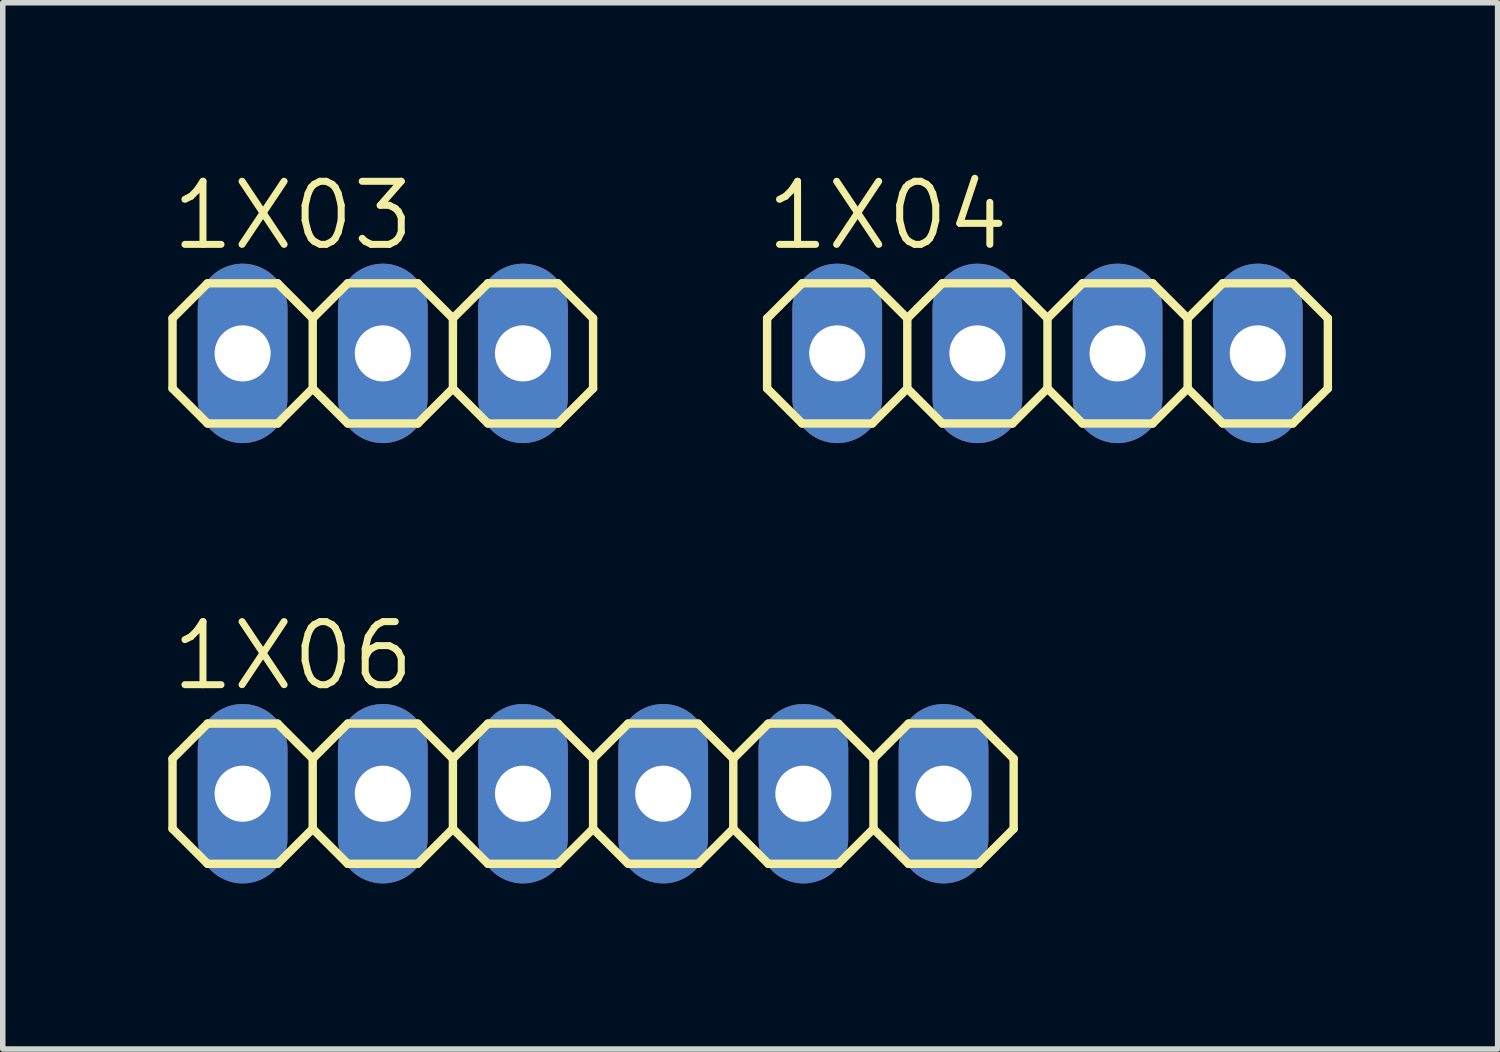
<source format=kicad_pcb>
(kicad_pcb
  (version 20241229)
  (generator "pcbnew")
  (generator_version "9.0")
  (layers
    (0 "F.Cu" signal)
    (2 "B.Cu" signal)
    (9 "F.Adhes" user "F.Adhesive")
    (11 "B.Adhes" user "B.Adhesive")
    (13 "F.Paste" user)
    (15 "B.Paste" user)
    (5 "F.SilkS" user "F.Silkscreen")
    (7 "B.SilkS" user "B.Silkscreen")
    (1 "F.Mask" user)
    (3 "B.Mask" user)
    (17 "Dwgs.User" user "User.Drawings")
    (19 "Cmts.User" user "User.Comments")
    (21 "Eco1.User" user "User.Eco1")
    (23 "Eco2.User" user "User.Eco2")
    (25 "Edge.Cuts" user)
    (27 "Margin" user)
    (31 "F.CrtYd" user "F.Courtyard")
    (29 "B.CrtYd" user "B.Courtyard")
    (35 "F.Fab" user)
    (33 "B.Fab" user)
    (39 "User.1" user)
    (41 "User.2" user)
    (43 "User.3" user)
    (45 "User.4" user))
  (footprint "1X06"
    (layer "F.Cu")
    (at 7.696 11.331)
    (property "Reference" "1X06" (at -7.696 -1.829 0) (layer "F.SilkS") (effects (font (size 1.143 1.143) (thickness 0.127)) (justify left bottom)))
    (fp_line (start -7.62 -0.635) (end -7.62 0.635) (stroke (width 0.152) (type solid)) (layer "F.SilkS"))
    (fp_line (start -7.62 0.635) (end -6.985 1.27) (stroke (width 0.152) (type solid)) (layer "F.SilkS"))
    (fp_line (start -6.985 -1.27) (end -7.62 -0.635) (stroke (width 0.152) (type solid)) (layer "F.SilkS"))
    (fp_line (start -6.985 -1.27) (end -5.715 -1.27) (stroke (width 0.152) (type solid)) (layer "F.SilkS"))
    (fp_line (start -5.715 -1.27) (end -5.08 -0.635) (stroke (width 0.152) (type solid)) (layer "F.SilkS"))
    (fp_line (start -5.715 1.27) (end -6.985 1.27) (stroke (width 0.152) (type solid)) (layer "F.SilkS"))
    (fp_line (start -5.08 -0.635) (end -5.08 0.635) (stroke (width 0.152) (type solid)) (layer "F.SilkS"))
    (fp_line (start -5.08 -0.635) (end -4.445 -1.27) (stroke (width 0.152) (type solid)) (layer "F.SilkS"))
    (fp_line (start -5.08 0.635) (end -5.715 1.27) (stroke (width 0.152) (type solid)) (layer "F.SilkS"))
    (fp_line (start -4.445 -1.27) (end -3.175 -1.27) (stroke (width 0.152) (type solid)) (layer "F.SilkS"))
    (fp_line (start -4.445 1.27) (end -5.08 0.635) (stroke (width 0.152) (type solid)) (layer "F.SilkS"))
    (fp_line (start -3.175 -1.27) (end -2.54 -0.635) (stroke (width 0.152) (type solid)) (layer "F.SilkS"))
    (fp_line (start -3.175 1.27) (end -4.445 1.27) (stroke (width 0.152) (type solid)) (layer "F.SilkS"))
    (fp_line (start -2.54 -0.635) (end -2.54 0.635) (stroke (width 0.152) (type solid)) (layer "F.SilkS"))
    (fp_line (start -2.54 -0.635) (end -1.905 -1.27) (stroke (width 0.152) (type solid)) (layer "F.SilkS"))
    (fp_line (start -2.54 0.635) (end -3.175 1.27) (stroke (width 0.152) (type solid)) (layer "F.SilkS"))
    (fp_line (start -1.905 -1.27) (end -0.635 -1.27) (stroke (width 0.152) (type solid)) (layer "F.SilkS"))
    (fp_line (start -1.905 1.27) (end -2.54 0.635) (stroke (width 0.152) (type solid)) (layer "F.SilkS"))
    (fp_line (start -0.635 -1.27) (end 0 -0.635) (stroke (width 0.152) (type solid)) (layer "F.SilkS"))
    (fp_line (start -0.635 1.27) (end -1.905 1.27) (stroke (width 0.152) (type solid)) (layer "F.SilkS"))
    (fp_line (start 0 -0.635) (end 0 0.635) (stroke (width 0.152) (type solid)) (layer "F.SilkS"))
    (fp_line (start 0 0.635) (end -0.635 1.27) (stroke (width 0.152) (type solid)) (layer "F.SilkS"))
    (fp_line (start 0 0.635) (end 0.635 1.27) (stroke (width 0.152) (type solid)) (layer "F.SilkS"))
    (fp_line (start 0.635 -1.27) (end 0 -0.635) (stroke (width 0.152) (type solid)) (layer "F.SilkS"))
    (fp_line (start 0.635 -1.27) (end 1.905 -1.27) (stroke (width 0.152) (type solid)) (layer "F.SilkS"))
    (fp_line (start 1.905 -1.27) (end 2.54 -0.635) (stroke (width 0.152) (type solid)) (layer "F.SilkS"))
    (fp_line (start 1.905 1.27) (end 0.635 1.27) (stroke (width 0.152) (type solid)) (layer "F.SilkS"))
    (fp_line (start 2.54 -0.635) (end 2.54 0.635) (stroke (width 0.152) (type solid)) (layer "F.SilkS"))
    (fp_line (start 2.54 -0.635) (end 3.175 -1.27) (stroke (width 0.152) (type solid)) (layer "F.SilkS"))
    (fp_line (start 2.54 0.635) (end 1.905 1.27) (stroke (width 0.152) (type solid)) (layer "F.SilkS"))
    (fp_line (start 3.175 -1.27) (end 4.445 -1.27) (stroke (width 0.152) (type solid)) (layer "F.SilkS"))
    (fp_line (start 3.175 1.27) (end 2.54 0.635) (stroke (width 0.152) (type solid)) (layer "F.SilkS"))
    (fp_line (start 4.445 -1.27) (end 5.08 -0.635) (stroke (width 0.152) (type solid)) (layer "F.SilkS"))
    (fp_line (start 4.445 1.27) (end 3.175 1.27) (stroke (width 0.152) (type solid)) (layer "F.SilkS"))
    (fp_line (start 5.08 -0.635) (end 5.08 0.635) (stroke (width 0.152) (type solid)) (layer "F.SilkS"))
    (fp_line (start 5.08 0.635) (end 4.445 1.27) (stroke (width 0.152) (type solid)) (layer "F.SilkS"))
    (fp_line (start 5.08 0.635) (end 5.715 1.27) (stroke (width 0.152) (type solid)) (layer "F.SilkS"))
    (fp_line (start 5.715 -1.27) (end 5.08 -0.635) (stroke (width 0.152) (type solid)) (layer "F.SilkS"))
    (fp_line (start 5.715 -1.27) (end 6.985 -1.27) (stroke (width 0.152) (type solid)) (layer "F.SilkS"))
    (fp_line (start 6.985 -1.27) (end 7.62 -0.635) (stroke (width 0.152) (type solid)) (layer "F.SilkS"))
    (fp_line (start 6.985 1.27) (end 5.715 1.27) (stroke (width 0.152) (type solid)) (layer "F.SilkS"))
    (fp_line (start 7.62 -0.635) (end 7.62 0.635) (stroke (width 0.152) (type solid)) (layer "F.SilkS"))
    (fp_line (start 7.62 0.635) (end 6.985 1.27) (stroke (width 0.152) (type solid)) (layer "F.SilkS"))
    (fp_poly (pts (xy -6.604 0.254) (xy -6.096 0.254) (xy -6.096 -0.254) (xy -6.604 -0.254)) (stroke (width 0.1) (type default)) (fill no) (layer "F.Fab"))
    (fp_poly (pts (xy -4.064 0.254) (xy -3.556 0.254) (xy -3.556 -0.254) (xy -4.064 -0.254)) (stroke (width 0.1) (type default)) (fill no) (layer "F.Fab"))
    (fp_poly (pts (xy -1.524 0.254) (xy -1.016 0.254) (xy -1.016 -0.254) (xy -1.524 -0.254)) (stroke (width 0.1) (type default)) (fill no) (layer "F.Fab"))
    (fp_poly (pts (xy 1.016 0.254) (xy 1.524 0.254) (xy 1.524 -0.254) (xy 1.016 -0.254)) (stroke (width 0.1) (type default)) (fill no) (layer "F.Fab"))
    (fp_poly (pts (xy 3.556 0.254) (xy 4.064 0.254) (xy 4.064 -0.254) (xy 3.556 -0.254)) (stroke (width 0.1) (type default)) (fill no) (layer "F.Fab"))
    (fp_poly (pts (xy 6.096 0.254) (xy 6.604 0.254) (xy 6.604 -0.254) (xy 6.096 -0.254)) (stroke (width 0.1) (type default)) (fill no) (layer "F.Fab"))
    (pad "1" thru_hole oval (at -6.35 0 90) (size 3.251 1.626) (drill 1.016) (layers "*.Cu" "*.Mask"))
    (pad "2" thru_hole oval (at -3.81 0 90) (size 3.251 1.626) (drill 1.016) (layers "*.Cu" "*.Mask"))
    (pad "3" thru_hole oval (at -1.27 0 90) (size 3.251 1.626) (drill 1.016) (layers "*.Cu" "*.Mask"))
    (pad "4" thru_hole oval (at 1.27 0 90) (size 3.251 1.626) (drill 1.016) (layers "*.Cu" "*.Mask"))
    (pad "5" thru_hole oval (at 3.81 0 90) (size 3.251 1.626) (drill 1.016) (layers "*.Cu" "*.Mask"))
    (pad "6" thru_hole oval (at 6.35 0 90) (size 3.251 1.626) (drill 1.016) (layers "*.Cu" "*.Mask")))
  (footprint "1X04"
    (layer "F.Cu")
    (at 15.929 3.353)
    (property "Reference" "1X04" (at -5.156 -1.829 0) (layer "F.SilkS") (effects (font (size 1.143 1.143) (thickness 0.127)) (justify left bottom)))
    (fp_line (start -5.08 -0.635) (end -5.08 0.635) (stroke (width 0.152) (type solid)) (layer "F.SilkS"))
    (fp_line (start -5.08 0.635) (end -4.445 1.27) (stroke (width 0.152) (type solid)) (layer "F.SilkS"))
    (fp_line (start -4.445 -1.27) (end -5.08 -0.635) (stroke (width 0.152) (type solid)) (layer "F.SilkS"))
    (fp_line (start -4.445 -1.27) (end -3.175 -1.27) (stroke (width 0.152) (type solid)) (layer "F.SilkS"))
    (fp_line (start -3.175 -1.27) (end -2.54 -0.635) (stroke (width 0.152) (type solid)) (layer "F.SilkS"))
    (fp_line (start -3.175 1.27) (end -4.445 1.27) (stroke (width 0.152) (type solid)) (layer "F.SilkS"))
    (fp_line (start -2.54 -0.635) (end -2.54 0.635) (stroke (width 0.152) (type solid)) (layer "F.SilkS"))
    (fp_line (start -2.54 -0.635) (end -1.905 -1.27) (stroke (width 0.152) (type solid)) (layer "F.SilkS"))
    (fp_line (start -2.54 0.635) (end -3.175 1.27) (stroke (width 0.152) (type solid)) (layer "F.SilkS"))
    (fp_line (start -1.905 -1.27) (end -0.635 -1.27) (stroke (width 0.152) (type solid)) (layer "F.SilkS"))
    (fp_line (start -1.905 1.27) (end -2.54 0.635) (stroke (width 0.152) (type solid)) (layer "F.SilkS"))
    (fp_line (start -0.635 -1.27) (end 0 -0.635) (stroke (width 0.152) (type solid)) (layer "F.SilkS"))
    (fp_line (start -0.635 1.27) (end -1.905 1.27) (stroke (width 0.152) (type solid)) (layer "F.SilkS"))
    (fp_line (start 0 -0.635) (end 0 0.635) (stroke (width 0.152) (type solid)) (layer "F.SilkS"))
    (fp_line (start 0 -0.635) (end 0.635 -1.27) (stroke (width 0.152) (type solid)) (layer "F.SilkS"))
    (fp_line (start 0 0.635) (end -0.635 1.27) (stroke (width 0.152) (type solid)) (layer "F.SilkS"))
    (fp_line (start 0.635 -1.27) (end 1.905 -1.27) (stroke (width 0.152) (type solid)) (layer "F.SilkS"))
    (fp_line (start 0.635 1.27) (end 0 0.635) (stroke (width 0.152) (type solid)) (layer "F.SilkS"))
    (fp_line (start 1.905 -1.27) (end 2.54 -0.635) (stroke (width 0.152) (type solid)) (layer "F.SilkS"))
    (fp_line (start 1.905 1.27) (end 0.635 1.27) (stroke (width 0.152) (type solid)) (layer "F.SilkS"))
    (fp_line (start 2.54 -0.635) (end 2.54 0.635) (stroke (width 0.152) (type solid)) (layer "F.SilkS"))
    (fp_line (start 2.54 0.635) (end 1.905 1.27) (stroke (width 0.152) (type solid)) (layer "F.SilkS"))
    (fp_line (start 2.54 0.635) (end 3.175 1.27) (stroke (width 0.152) (type solid)) (layer "F.SilkS"))
    (fp_line (start 3.175 -1.27) (end 2.54 -0.635) (stroke (width 0.152) (type solid)) (layer "F.SilkS"))
    (fp_line (start 3.175 -1.27) (end 4.445 -1.27) (stroke (width 0.152) (type solid)) (layer "F.SilkS"))
    (fp_line (start 4.445 -1.27) (end 5.08 -0.635) (stroke (width 0.152) (type solid)) (layer "F.SilkS"))
    (fp_line (start 4.445 1.27) (end 3.175 1.27) (stroke (width 0.152) (type solid)) (layer "F.SilkS"))
    (fp_line (start 5.08 -0.635) (end 5.08 0.635) (stroke (width 0.152) (type solid)) (layer "F.SilkS"))
    (fp_line (start 5.08 0.635) (end 4.445 1.27) (stroke (width 0.152) (type solid)) (layer "F.SilkS"))
    (fp_poly (pts (xy -4.064 0.254) (xy -3.556 0.254) (xy -3.556 -0.254) (xy -4.064 -0.254)) (stroke (width 0.1) (type default)) (fill no) (layer "F.Fab"))
    (fp_poly (pts (xy -1.524 0.254) (xy -1.016 0.254) (xy -1.016 -0.254) (xy -1.524 -0.254)) (stroke (width 0.1) (type default)) (fill no) (layer "F.Fab"))
    (fp_poly (pts (xy 1.016 0.254) (xy 1.524 0.254) (xy 1.524 -0.254) (xy 1.016 -0.254)) (stroke (width 0.1) (type default)) (fill no) (layer "F.Fab"))
    (fp_poly (pts (xy 3.556 0.254) (xy 4.064 0.254) (xy 4.064 -0.254) (xy 3.556 -0.254)) (stroke (width 0.1) (type default)) (fill no) (layer "F.Fab"))
    (pad "1" thru_hole oval (at -3.81 0 90) (size 3.251 1.626) (drill 1.016) (layers "*.Cu" "*.Mask"))
    (pad "2" thru_hole oval (at -1.27 0 90) (size 3.251 1.626) (drill 1.016) (layers "*.Cu" "*.Mask"))
    (pad "3" thru_hole oval (at 1.27 0 90) (size 3.251 1.626) (drill 1.016) (layers "*.Cu" "*.Mask"))
    (pad "4" thru_hole oval (at 3.81 0 90) (size 3.251 1.626) (drill 1.016) (layers "*.Cu" "*.Mask")))
  (footprint "1X03"
    (layer "F.Cu")
    (at 3.886 3.353)
    (property "Reference" "1X03" (at -3.886 -1.829 0) (layer "F.SilkS") (effects (font (size 1.143 1.143) (thickness 0.127)) (justify left bottom)))
    (fp_line (start -3.81 -0.635) (end -3.81 0.635) (stroke (width 0.152) (type solid)) (layer "F.SilkS"))
    (fp_line (start -3.81 0.635) (end -3.175 1.27) (stroke (width 0.152) (type solid)) (layer "F.SilkS"))
    (fp_line (start -3.175 -1.27) (end -3.81 -0.635) (stroke (width 0.152) (type solid)) (layer "F.SilkS"))
    (fp_line (start -3.175 -1.27) (end -1.905 -1.27) (stroke (width 0.152) (type solid)) (layer "F.SilkS"))
    (fp_line (start -1.905 -1.27) (end -1.27 -0.635) (stroke (width 0.152) (type solid)) (layer "F.SilkS"))
    (fp_line (start -1.905 1.27) (end -3.175 1.27) (stroke (width 0.152) (type solid)) (layer "F.SilkS"))
    (fp_line (start -1.27 -0.635) (end -1.27 0.635) (stroke (width 0.152) (type solid)) (layer "F.SilkS"))
    (fp_line (start -1.27 -0.635) (end -0.635 -1.27) (stroke (width 0.152) (type solid)) (layer "F.SilkS"))
    (fp_line (start -1.27 0.635) (end -1.905 1.27) (stroke (width 0.152) (type solid)) (layer "F.SilkS"))
    (fp_line (start -0.635 -1.27) (end 0.635 -1.27) (stroke (width 0.152) (type solid)) (layer "F.SilkS"))
    (fp_line (start -0.635 1.27) (end -1.27 0.635) (stroke (width 0.152) (type solid)) (layer "F.SilkS"))
    (fp_line (start 0.635 -1.27) (end 1.27 -0.635) (stroke (width 0.152) (type solid)) (layer "F.SilkS"))
    (fp_line (start 0.635 1.27) (end -0.635 1.27) (stroke (width 0.152) (type solid)) (layer "F.SilkS"))
    (fp_line (start 1.27 -0.635) (end 1.27 0.635) (stroke (width 0.152) (type solid)) (layer "F.SilkS"))
    (fp_line (start 1.27 -0.635) (end 1.905 -1.27) (stroke (width 0.152) (type solid)) (layer "F.SilkS"))
    (fp_line (start 1.27 0.635) (end 0.635 1.27) (stroke (width 0.152) (type solid)) (layer "F.SilkS"))
    (fp_line (start 1.905 -1.27) (end 3.175 -1.27) (stroke (width 0.152) (type solid)) (layer "F.SilkS"))
    (fp_line (start 1.905 1.27) (end 1.27 0.635) (stroke (width 0.152) (type solid)) (layer "F.SilkS"))
    (fp_line (start 3.175 -1.27) (end 3.81 -0.635) (stroke (width 0.152) (type solid)) (layer "F.SilkS"))
    (fp_line (start 3.175 1.27) (end 1.905 1.27) (stroke (width 0.152) (type solid)) (layer "F.SilkS"))
    (fp_line (start 3.81 -0.635) (end 3.81 0.635) (stroke (width 0.152) (type solid)) (layer "F.SilkS"))
    (fp_line (start 3.81 0.635) (end 3.175 1.27) (stroke (width 0.152) (type solid)) (layer "F.SilkS"))
    (fp_poly (pts (xy -2.794 0.254) (xy -2.286 0.254) (xy -2.286 -0.254) (xy -2.794 -0.254)) (stroke (width 0.1) (type default)) (fill no) (layer "F.Fab"))
    (fp_poly (pts (xy -0.254 0.254) (xy 0.254 0.254) (xy 0.254 -0.254) (xy -0.254 -0.254)) (stroke (width 0.1) (type default)) (fill no) (layer "F.Fab"))
    (fp_poly (pts (xy 2.286 0.254) (xy 2.794 0.254) (xy 2.794 -0.254) (xy 2.286 -0.254)) (stroke (width 0.1) (type default)) (fill no) (layer "F.Fab"))
    (pad "1" thru_hole oval (at -2.54 0 90) (size 3.251 1.626) (drill 1.016) (layers "*.Cu" "*.Mask"))
    (pad "2" thru_hole oval (at 0 0 90) (size 3.251 1.626) (drill 1.016) (layers "*.Cu" "*.Mask"))
    (pad "3" thru_hole oval (at 2.54 0 90) (size 3.251 1.626) (drill 1.016) (layers "*.Cu" "*.Mask")))
  (gr_rect
    (start -3 -3)
    (end 24.085 15.957)
    (stroke (width 0.1) (type default))
    (fill no)
    (layer "Edge.Cuts")))
</source>
